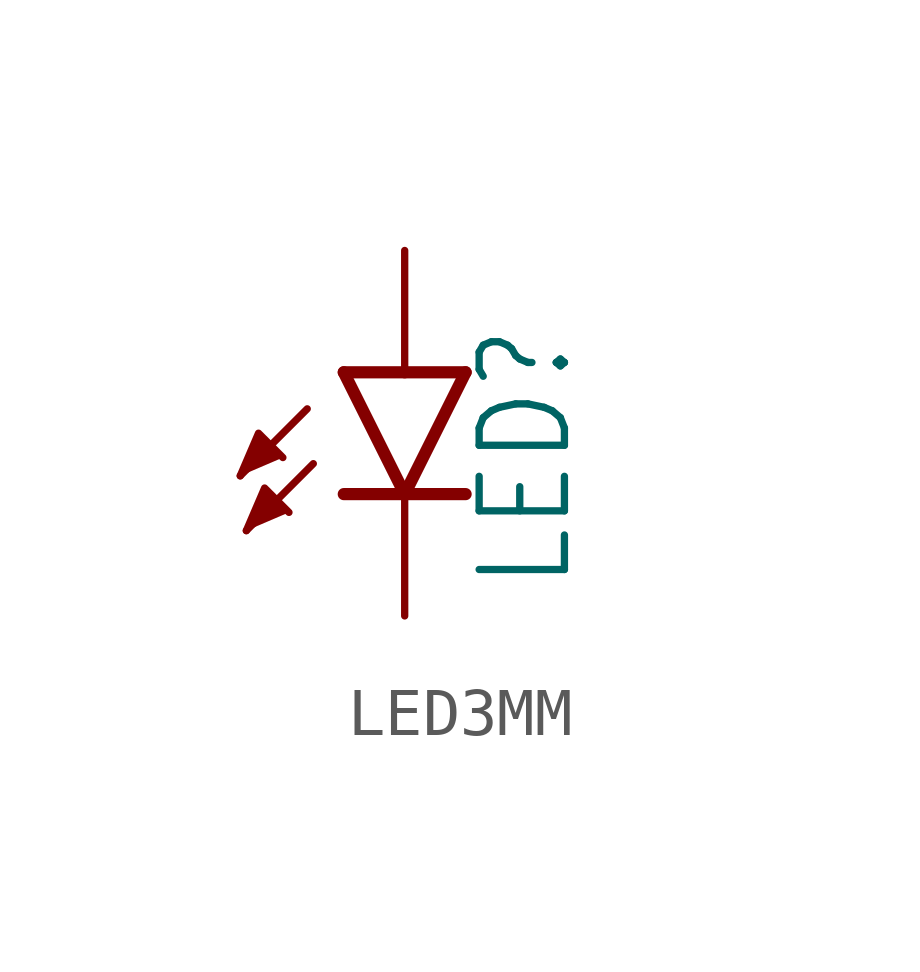
<source format=kicad_sym>
(kicad_symbol_lib
  (version 20241209)
  (generator "kicad_symbol_editor")
  (generator_version "9.0")
  (symbol "LED3MM"
    (property "Reference" "LED"
      (at 3.556 -4.572 90)
      (effects (font (size 1.778 1.511)) (justify left bottom)))
    (property "Value" ""
      (at 5.715 -4.572 90)
      (effects (font (size 1.778 1.511)) (justify left bottom)))
    (property "ki_locked" ""
      (at 0 0 0)
      (effects (font (size 1.27 1.27))))
    (symbol "LED3MM_1_0"
      (polyline (pts (xy -3.429 -2.159) (xy -3.048 -1.27) (xy -2.54 -1.778)) (stroke (width 0.152) (type solid)) (fill (type outline)))
      (polyline (pts (xy -3.302 -3.302) (xy -2.921 -2.413) (xy -2.413 -2.921)) (stroke (width 0.152) (type solid)) (fill (type outline)))
      (polyline (pts (xy -2.032 -0.762) (xy -3.429 -2.159)) (stroke (width 0.152) (type solid)) (fill (type none)))
      (polyline (pts (xy -1.905 -1.905) (xy -3.302 -3.302)) (stroke (width 0.152) (type solid)) (fill (type none)))
      (polyline (pts (xy 0 0) (xy -1.27 0)) (stroke (width 0.254) (type solid)) (fill (type none)))
      (polyline (pts (xy 0 -2.54) (xy -1.27 0)) (stroke (width 0.254) (type solid)) (fill (type none)))
      (polyline (pts (xy 0 -2.54) (xy -1.27 -2.54)) (stroke (width 0.254) (type solid)) (fill (type none)))
      (polyline (pts (xy 1.27 0) (xy 0 0)) (stroke (width 0.254) (type solid)) (fill (type none)))
      (polyline (pts (xy 1.27 0) (xy 0 -2.54)) (stroke (width 0.254) (type solid)) (fill (type none)))
      (polyline (pts (xy 1.27 -2.54) (xy 0 -2.54)) (stroke (width 0.254) (type solid)) (fill (type none)))
      (pin passive line (at 0 2.54 270) (length 2.54) (name "A" (effects (font (size 0 0)))) (number "A" (effects (font (size 0 0)))))
      (pin passive line (at 0 -5.08 90) (length 2.54) (name "C" (effects (font (size 0 0)))) (number "K" (effects (font (size 0 0))))))))
</source>
